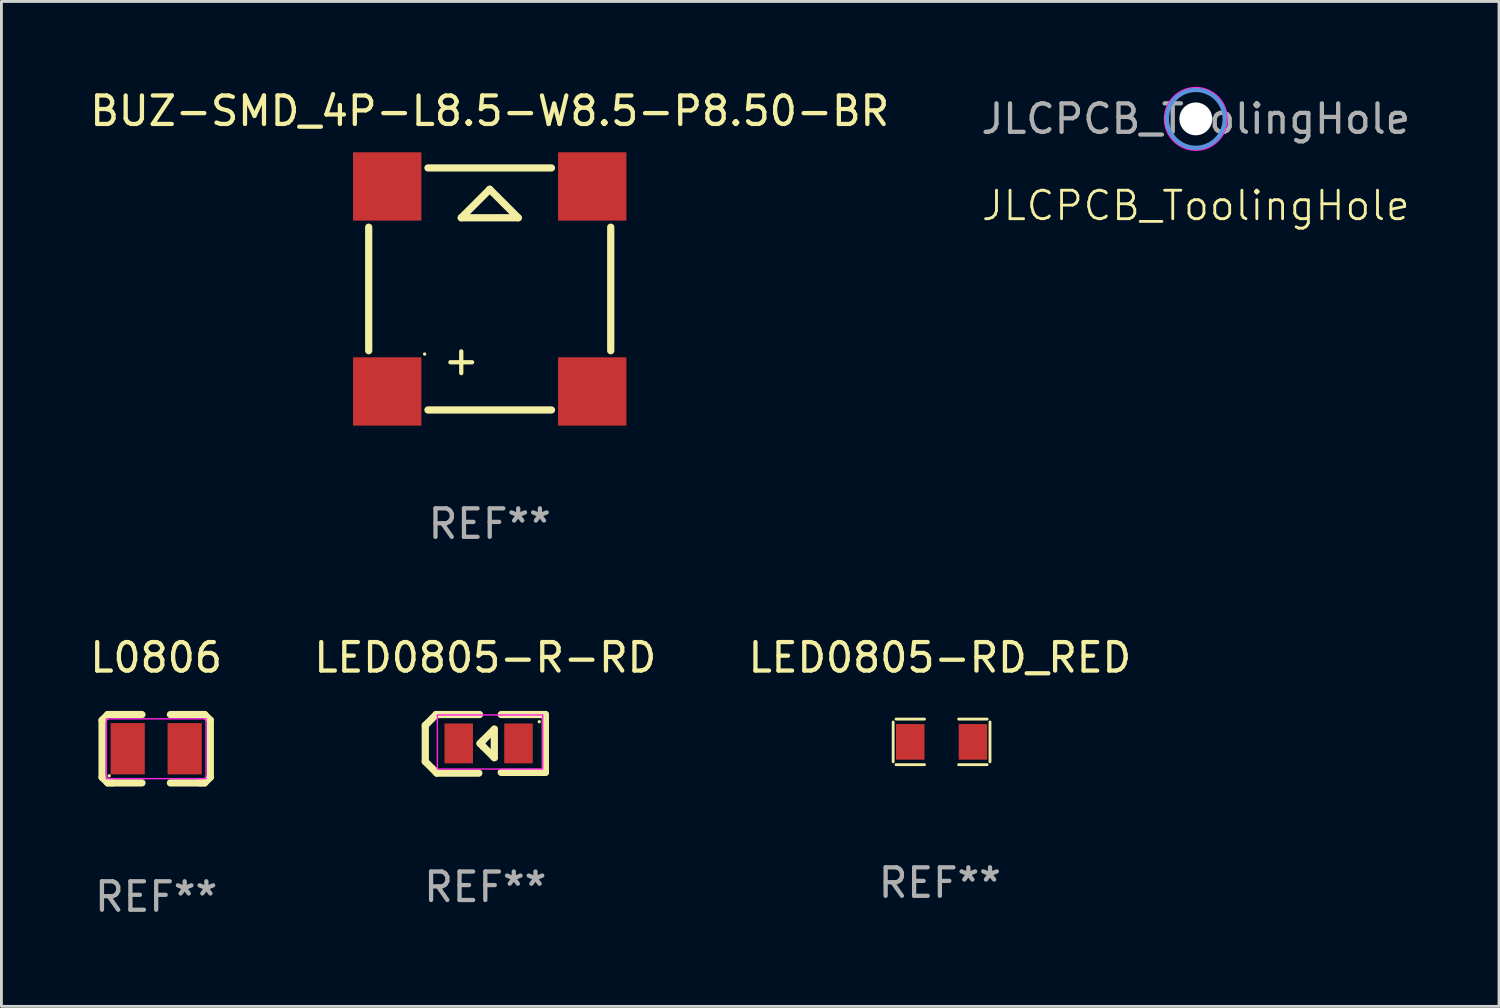
<source format=kicad_pcb>
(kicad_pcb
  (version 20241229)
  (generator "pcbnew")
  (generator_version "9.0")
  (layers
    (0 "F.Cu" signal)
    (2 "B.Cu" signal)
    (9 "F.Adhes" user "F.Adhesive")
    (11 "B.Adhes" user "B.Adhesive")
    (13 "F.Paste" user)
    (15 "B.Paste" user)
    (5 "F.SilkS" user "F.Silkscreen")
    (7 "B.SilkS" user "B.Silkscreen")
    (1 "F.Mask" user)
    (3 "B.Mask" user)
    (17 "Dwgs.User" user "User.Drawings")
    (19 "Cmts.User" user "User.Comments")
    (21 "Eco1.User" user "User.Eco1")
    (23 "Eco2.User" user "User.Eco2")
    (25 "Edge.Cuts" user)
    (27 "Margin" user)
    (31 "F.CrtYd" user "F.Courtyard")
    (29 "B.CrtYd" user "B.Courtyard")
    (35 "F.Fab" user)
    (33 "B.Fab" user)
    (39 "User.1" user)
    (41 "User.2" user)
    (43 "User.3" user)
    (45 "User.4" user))
  (footprint "BUZ-SMD_4P-L8.5-W8.5-P8.50-BR"
    (layer "F.Cu")
    (at 14.149 7.098)
    (property "Reference" "BUZ-SMD_4P-L8.5-W8.5-P8.50-BR" (at 0.000127 -6.25 0) (layer "F.SilkS") (effects (font (size 1 1) (thickness 0.15))))
    (attr smd)
    (fp_line (start -4.25 2.169) (end -4.25 -2.169) (stroke (width 0.254) (type solid)) (layer "F.SilkS"))
    (fp_line (start -2.169 -4.25) (end 2.168 -4.25) (stroke (width 0.254) (type solid)) (layer "F.SilkS"))
    (fp_line (start -1 -2.5) (end 1 -2.5) (stroke (width 0.254) (type solid)) (layer "F.SilkS"))
    (fp_line (start 0 -3.5) (end -1 -2.5) (stroke (width 0.254) (type solid)) (layer "F.SilkS"))
    (fp_line (start 1 -2.5) (end 0 -3.5) (stroke (width 0.254) (type solid)) (layer "F.SilkS"))
    (fp_line (start 2.169 4.25) (end -2.169 4.25) (stroke (width 0.254) (type solid)) (layer "F.SilkS"))
    (fp_line (start 4.25 -2.169) (end 4.25 2.169) (stroke (width 0.254) (type solid)) (layer "F.SilkS"))
    (fp_circle (center -2.286 2.286) (end -2.256 2.286) (stroke (width 0.06) (type solid)) (fill no) (layer "F.SilkS"))
    (fp_text user "+" (at -1 2.5 0) (layer "F.SilkS") (effects (font (size 1 1) (thickness 0.15))))
    (fp_text user "REF**" (at 0.000127 8.25 0) (layer "F.Fab") (effects (font (size 1 1) (thickness 0.15))))
    (pad "1" smd rect (at -3.6 3.6) (size 2.4 2.4) (layers "F.Cu" "F.Mask" "F.Paste"))
    (pad "2" smd rect (at 3.6 3.6) (size 2.4 2.4) (layers "F.Cu" "F.Mask" "F.Paste"))
    (pad "3" smd rect (at 3.6 -3.6) (size 2.4 2.4) (layers "F.Cu" "F.Mask" "F.Paste"))
    (pad "4" smd rect (at -3.6 -3.6) (size 2.4 2.4) (layers "F.Cu" "F.Mask" "F.Paste")))
  (footprint "LED0805-RD_RED"
    (layer "F.Cu")
    (at 30.018 23.005)
    (property "Reference" "LED0805-RD_RED" (at -0.06 -2.96 0) (layer "F.SilkS") (effects (font (size 1 1) (thickness 0.15))))
    (attr through_hole)
    (fp_line (start -1.7 -0.7) (end -1.7 0.7) (stroke (width 0.1) (type default)) (layer "F.SilkS"))
    (fp_line (start -1.6 0.8) (end -0.6 0.8) (stroke (width 0.1) (type default)) (layer "F.SilkS"))
    (fp_line (start -0.6 -0.8) (end -1.6 -0.8) (stroke (width 0.1) (type default)) (layer "F.SilkS"))
    (fp_line (start 0.6 0.8) (end 1.6 0.8) (stroke (width 0.1) (type default)) (layer "F.SilkS"))
    (fp_line (start 1.6 -0.8) (end 0.6 -0.8) (stroke (width 0.1) (type default)) (layer "F.SilkS"))
    (fp_line (start 1.7 0.7) (end 1.7 -0.7) (stroke (width 0.1) (type default)) (layer "F.SilkS"))
    (fp_text user "REF**" (at -0.06 4.95 0) (layer "F.Fab") (effects (font (size 1 1) (thickness 0.15))))
    (pad "1" smd rect (at -1.1 -0.000102 180) (size 1 1.25) (layers "F.Cu" "F.Mask" "F.Paste"))
    (pad "2" smd rect (at 1.1 -0.000102 180) (size 1 1.25) (layers "F.Cu" "F.Mask" "F.Paste")))
  (footprint "JLCPCB_ToolingHole"
    (layer "F.Cu")
    (at 38.946 1.125)
    (property "Reference" "JLCPCB_ToolingHole" (at 0 3.048 0) (unlocked yes) (layer "F.SilkS") (effects (font (size 1 1) (thickness 0.1))))
    (attr smd)
    (fp_circle (center 0 0) (end 1.016 0) (stroke (width 0.15) (type solid)) (fill no) (layer "Cmts.User"))
    (fp_circle (center 0 0) (end 1.1 0) (stroke (width 0.05) (type solid)) (fill no) (layer "F.CrtYd"))
    (fp_text user "${REFERENCE}" (at 0 0 0) (layer "F.Fab") (effects (font (size 1 1) (thickness 0.15))))
    (pad "" np_thru_hole circle (at 0 0) (size 1.152 1.152) (drill 1.152) (layers "*.Cu" "*.Mask")))
  (footprint "L0806"
    (layer "F.Cu")
    (at 2.435 23.245)
    (property "Reference" "L0806" (at 0 -3.2 0) (layer "F.SilkS") (effects (font (size 1 1) (thickness 0.15))))
    (attr smd)
    (fp_line (start -1.9 -1) (end -1.9 1) (stroke (width 0.254) (type solid)) (layer "F.SilkS"))
    (fp_line (start -1.7 -1.2) (end -1.9 -1) (stroke (width 0.254) (type solid)) (layer "F.SilkS"))
    (fp_line (start -1.7 1.2) (end -1.9 1) (stroke (width 0.254) (type solid)) (layer "F.SilkS"))
    (fp_line (start -1.55 -1.2) (end -1.7 -1.2) (stroke (width 0.254) (type solid)) (layer "F.SilkS"))
    (fp_line (start -1.55 1.2) (end -1.7 1.2) (stroke (width 0.254) (type solid)) (layer "F.SilkS"))
    (fp_line (start -0.5 -1.2) (end -1.55 -1.2) (stroke (width 0.254) (type solid)) (layer "F.SilkS"))
    (fp_line (start -0.5 1.2) (end -1.55 1.2) (stroke (width 0.254) (type solid)) (layer "F.SilkS"))
    (fp_line (start 0.5 -1.2) (end 1.55 -1.2) (stroke (width 0.254) (type solid)) (layer "F.SilkS"))
    (fp_line (start 0.5 1.2) (end 1.55 1.2) (stroke (width 0.254) (type solid)) (layer "F.SilkS"))
    (fp_line (start 1.55 -1.2) (end 1.7 -1.2) (stroke (width 0.254) (type solid)) (layer "F.SilkS"))
    (fp_line (start 1.55 1.2) (end 1.7 1.2) (stroke (width 0.254) (type solid)) (layer "F.SilkS"))
    (fp_line (start 1.7 -1.2) (end 1.9 -1) (stroke (width 0.254) (type solid)) (layer "F.SilkS"))
    (fp_line (start 1.7 1.2) (end 1.9 1) (stroke (width 0.254) (type solid)) (layer "F.SilkS"))
    (fp_line (start 1.9 -1) (end 1.9 1) (stroke (width 0.254) (type solid)) (layer "F.SilkS"))
    (fp_circle (center -1.65 0.95) (end -1.62 0.95) (stroke (width 0.06) (type solid)) (fill no) (layer "F.SilkS"))
    (fp_rect (start -1.75 -1.05) (end 1.75 1.05) (stroke (width 0.05) (type default)) (fill no) (layer "F.CrtYd"))
    (fp_text user "REF**" (at 0 5.2 0) (layer "F.Fab") (effects (font (size 1 1) (thickness 0.15))))
    (pad "1" smd rect (at -1 0) (size 1.2 1.8) (layers "F.Cu" "F.Mask" "F.Paste"))
    (pad "2" smd rect (at 1 0) (size 1.2 1.8) (layers "F.Cu" "F.Mask" "F.Paste")))
  (footprint "LED0805-R-RD"
    (layer "F.Cu")
    (at 14.11 23.059)
    (property "Reference" "LED0805-R-RD" (at -0.116 -3.015 0) (layer "F.SilkS") (effects (font (size 1 1) (thickness 0.15))))
    (attr smd)
    (fp_line (start -2.224 -0.634) (end -1.843 -1.015) (stroke (width 0.254) (type solid)) (layer "F.SilkS"))
    (fp_line (start -2.224 0.636) (end -2.224 -0.634) (stroke (width 0.254) (type solid)) (layer "F.SilkS"))
    (fp_line (start -1.843 -1.015) (end -0.319 -1.015) (stroke (width 0.254) (type solid)) (layer "F.SilkS"))
    (fp_line (start -1.817 1.043) (end -2.224 0.636) (stroke (width 0.254) (type solid)) (layer "F.SilkS"))
    (fp_line (start -0.344 1.043) (end -1.817 1.043) (stroke (width 0.254) (type solid)) (layer "F.SilkS"))
    (fp_line (start -0.3 0) (end -0.2 0.1) (stroke (width 0.254) (type solid)) (layer "F.SilkS"))
    (fp_line (start -0.2 -0.1) (end -0.3 0) (stroke (width 0.254) (type solid)) (layer "F.SilkS"))
    (fp_line (start -0.2 0.1) (end 0.2 0.5) (stroke (width 0.254) (type solid)) (layer "F.SilkS"))
    (fp_line (start 0.2 -0.5) (end -0.2 -0.1) (stroke (width 0.254) (type solid)) (layer "F.SilkS"))
    (fp_line (start 0.2 -0.5) (end 0.2 0.5) (stroke (width 0.254) (type solid)) (layer "F.SilkS"))
    (fp_line (start 0.443 1.017) (end 1.993 1.017) (stroke (width 0.254) (type solid)) (layer "F.SilkS"))
    (fp_line (start 1.993 -1.015) (end 0.443 -1.015) (stroke (width 0.254) (type solid)) (layer "F.SilkS"))
    (fp_line (start 1.993 1.017) (end 1.993 -1.015) (stroke (width 0.254) (type solid)) (layer "F.SilkS"))
    (fp_circle (center 1.778 -0.762) (end 1.808 -0.762) (stroke (width 0.06) (type solid)) (fill no) (layer "F.SilkS"))
    (fp_rect (start 1.9 -1) (end -1.8 0.9) (stroke (width 0.05) (type default)) (fill no) (layer "F.CrtYd"))
    (fp_text user "REF**" (at -0.116 5.043 0) (layer "F.Fab") (effects (font (size 1 1) (thickness 0.15))))
    (pad "1" smd rect (at 1.05 0 180) (size 1 1.4) (layers "F.Cu" "F.Mask" "F.Paste"))
    (pad "2" smd rect (at -1.05 0 180) (size 1 1.4) (layers "F.Cu" "F.Mask" "F.Paste")))
  (gr_rect
    (start -3 -3)
    (end 49.595 32.293)
    (stroke (width 0.1) (type default))
    (fill no)
    (layer "Edge.Cuts")))
</source>
